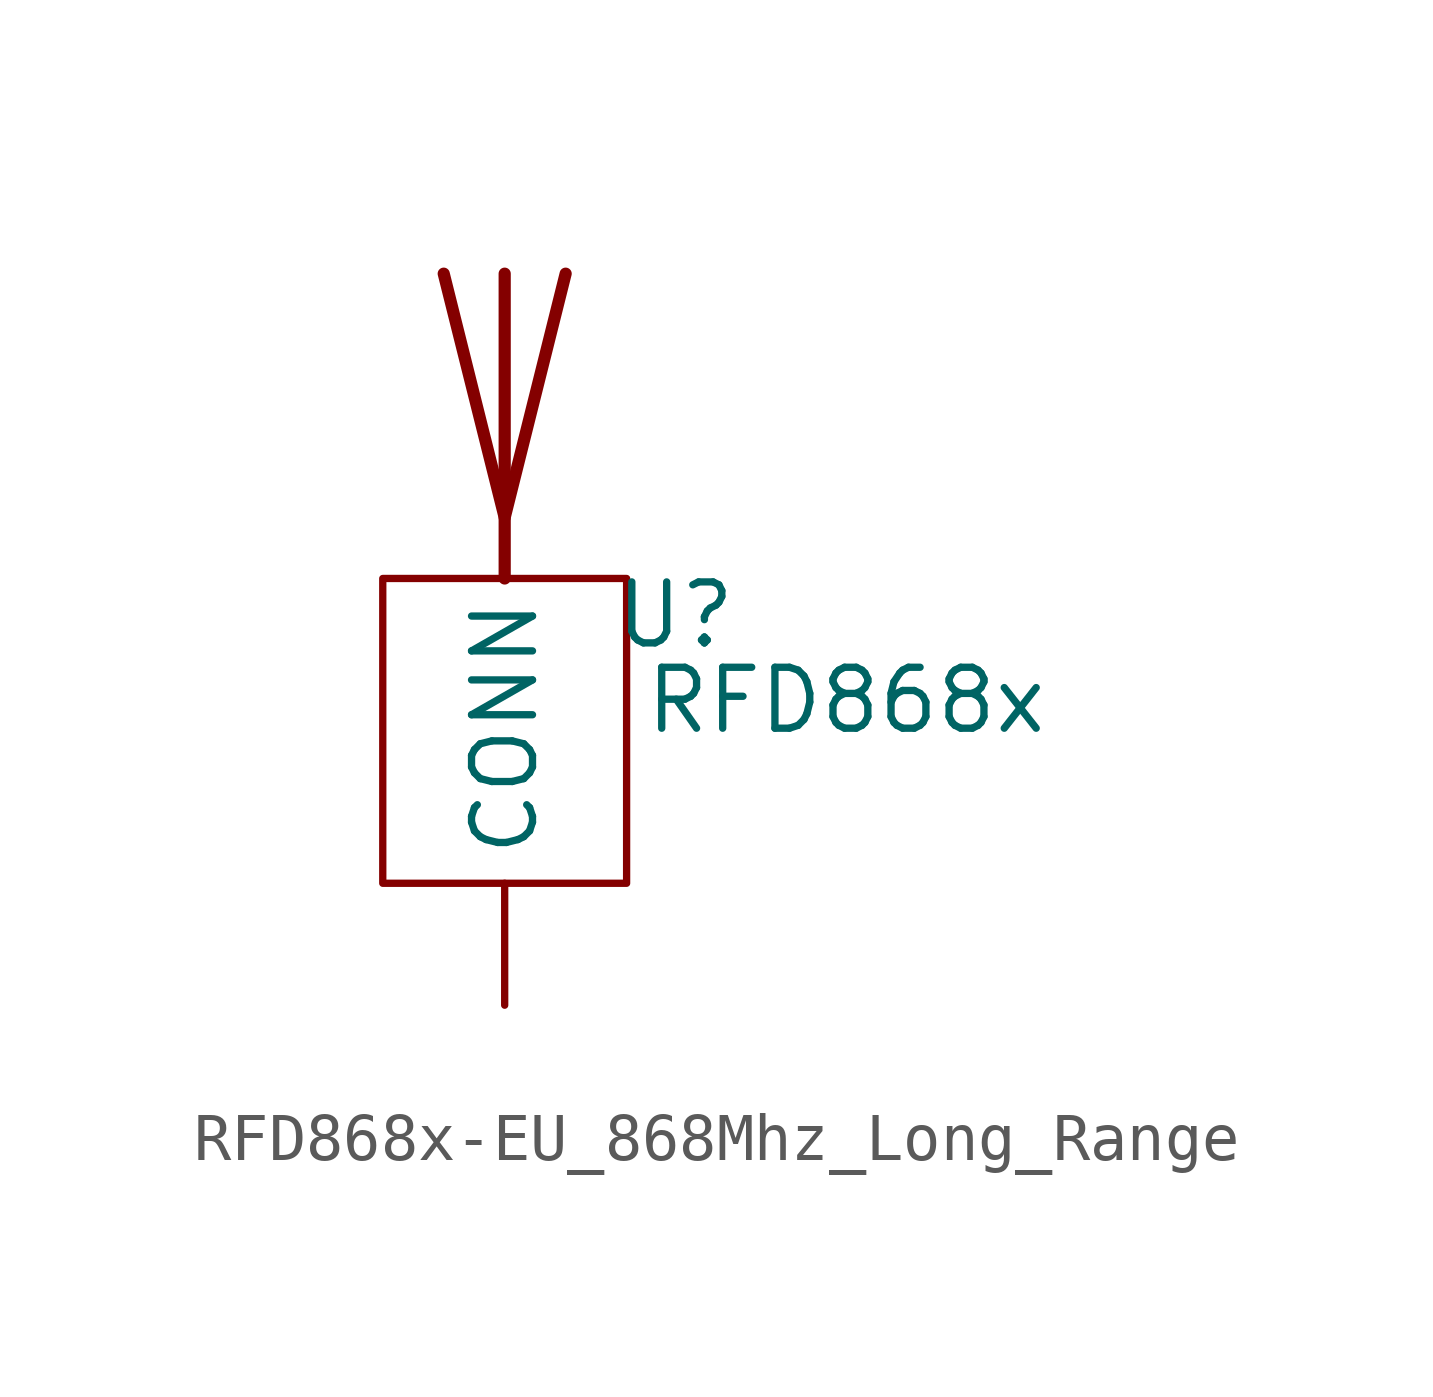
<source format=kicad_sym>
(kicad_symbol_lib
  (version 20231120)
  (generator "kicad_symbol_editor")
  (generator_version "8.0")
  (symbol "RFD868x-EU_868Mhz_Long_Range"
    (property "Reference" "U"
      (at 3.556 -0.762 0)
      (effects (font (size 1.27 1.27))))
    (property "Value" "RFD868x"
      (at 7.112 -2.54 0)
      (effects (font (size 1.27 1.27))))
    (symbol "RFD868x-EU_868Mhz_Long_Range_0_1"
      (rectangle (start -2.54 0) (end 2.54 -6.35) (stroke (width 0) (type default)) (fill (type none)))
      (polyline (pts (xy 0 6.35) (xy 0 0)) (stroke (width 0.254) (type default)) (fill (type none)))
      (polyline (pts (xy 1.27 6.35) (xy 0 1.27) (xy -1.27 6.35)) (stroke (width 0.254) (type default)) (fill (type none))))
    (symbol "RFD868x-EU_868Mhz_Long_Range_1_1"
      (pin bidirectional line (at 0 -8.89 90) (length 2.54) (name "CONN" (effects (font (size 1.27 1.27)))) (number "" (effects (font (size 1.27 1.27))))))))
</source>
